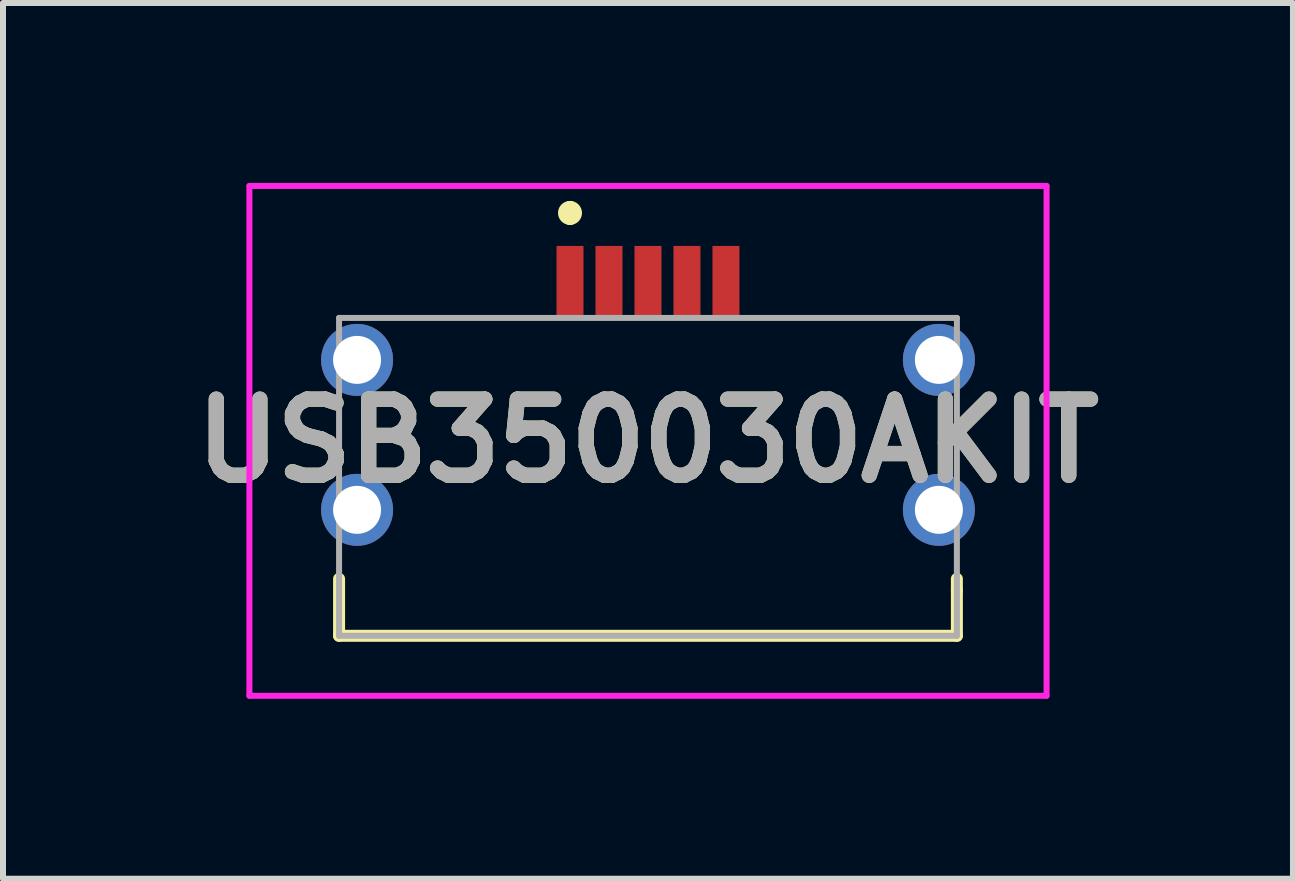
<source format=kicad_pcb>
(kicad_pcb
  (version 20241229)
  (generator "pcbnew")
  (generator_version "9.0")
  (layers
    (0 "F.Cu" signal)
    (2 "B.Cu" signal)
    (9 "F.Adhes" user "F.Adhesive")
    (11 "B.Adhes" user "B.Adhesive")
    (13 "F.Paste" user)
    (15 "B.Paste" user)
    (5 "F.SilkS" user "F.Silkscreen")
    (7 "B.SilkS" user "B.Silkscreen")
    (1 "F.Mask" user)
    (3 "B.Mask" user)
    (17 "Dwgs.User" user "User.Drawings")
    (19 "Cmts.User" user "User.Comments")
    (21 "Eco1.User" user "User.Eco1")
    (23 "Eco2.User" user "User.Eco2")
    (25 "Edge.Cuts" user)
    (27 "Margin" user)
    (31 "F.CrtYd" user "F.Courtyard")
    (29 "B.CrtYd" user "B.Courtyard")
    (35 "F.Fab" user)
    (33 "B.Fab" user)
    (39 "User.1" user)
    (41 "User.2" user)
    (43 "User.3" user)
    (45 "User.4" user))
  (footprint "USB350030AKIT"
    (layer "F.Cu")
    (at 7.753 5.45)
    (property "Reference" "USB350030AKIT" (at 0 -1.15 0) (layer "F.SilkS") (effects (font (size 1.27 1.27) (thickness 0.254))))
    (attr through_hole)
    (fp_line (start -5.15 1.15) (end -5.15 2.1) (stroke (width 0.2) (type solid)) (layer "F.SilkS"))
    (fp_line (start -5.15 2.1) (end 5.15 2.1) (stroke (width 0.2) (type solid)) (layer "F.SilkS"))
    (fp_line (start -1.3 -5.05) (end -1.3 -5.05) (stroke (width 0.2) (type solid)) (layer "F.SilkS"))
    (fp_line (start -1.3 -4.85) (end -1.3 -4.85) (stroke (width 0.2) (type solid)) (layer "F.SilkS"))
    (fp_line (start 5.15 1.35) (end 5.15 1.15) (stroke (width 0.2) (type solid)) (layer "F.SilkS"))
    (fp_line (start 5.15 2.1) (end 5.15 1.35) (stroke (width 0.2) (type solid)) (layer "F.SilkS"))
    (fp_arc (start -1.3 -5.05) (mid -1.2 -4.95) (end -1.3 -4.85) (stroke (width 0.2) (type solid)) (layer "F.SilkS"))
    (fp_arc (start -1.3 -4.85) (mid -1.4 -4.95) (end -1.3 -5.05) (stroke (width 0.2) (type solid)) (layer "F.SilkS"))
    (fp_line (start -6.645 -5.4) (end 6.645 -5.4) (stroke (width 0.1) (type solid)) (layer "F.CrtYd"))
    (fp_line (start -6.645 3.1) (end -6.645 -5.4) (stroke (width 0.1) (type solid)) (layer "F.CrtYd"))
    (fp_line (start 6.645 -5.4) (end 6.645 3.1) (stroke (width 0.1) (type solid)) (layer "F.CrtYd"))
    (fp_line (start 6.645 3.1) (end -6.645 3.1) (stroke (width 0.1) (type solid)) (layer "F.CrtYd"))
    (fp_line (start -5.15 -3.2) (end 5.15 -3.2) (stroke (width 0.1) (type solid)) (layer "F.Fab"))
    (fp_line (start -5.15 2.1) (end -5.15 -3.2) (stroke (width 0.1) (type solid)) (layer "F.Fab"))
    (fp_line (start 5.15 -3.2) (end 5.15 2.1) (stroke (width 0.1) (type solid)) (layer "F.Fab"))
    (fp_line (start 5.15 2.1) (end -5.15 2.1) (stroke (width 0.1) (type solid)) (layer "F.Fab"))
    (fp_text user "${REFERENCE}" (at 0 -1.15 0) (layer "F.Fab") (effects (font (size 1.27 1.27) (thickness 0.254))))
    (pad "1" smd rect (at -1.3 -3.8) (size 0.45 1.2) (layers "F.Cu" "F.Mask" "F.Paste"))
    (pad "2" smd rect (at -0.65 -3.8) (size 0.45 1.2) (layers "F.Cu" "F.Mask" "F.Paste"))
    (pad "3" smd rect (at 0 -3.8) (size 0.45 1.2) (layers "F.Cu" "F.Mask" "F.Paste"))
    (pad "4" smd rect (at 0.65 -3.8) (size 0.45 1.2) (layers "F.Cu" "F.Mask" "F.Paste"))
    (pad "5" smd rect (at 1.3 -3.8) (size 0.45 1.2) (layers "F.Cu" "F.Mask" "F.Paste"))
    (pad "MH1" thru_hole circle (at -4.85 -2.5) (size 1.2 1.2) (drill 0.8) (layers "*.Cu" "*.Mask"))
    (pad "MH2" thru_hole circle (at 4.85 -2.5) (size 1.2 1.2) (drill 0.8) (layers "*.Cu" "*.Mask"))
    (pad "MH3" thru_hole circle (at -4.85 0) (size 1.2 1.2) (drill 0.8) (layers "*.Cu" "*.Mask"))
    (pad "MH4" thru_hole circle (at 4.85 0) (size 1.2 1.2) (drill 0.8) (layers "*.Cu" "*.Mask")))
  (gr_rect
    (start -3 -3)
    (end 18.506 11.6)
    (stroke (width 0.1) (type default))
    (fill no)
    (layer "Edge.Cuts")))
</source>
